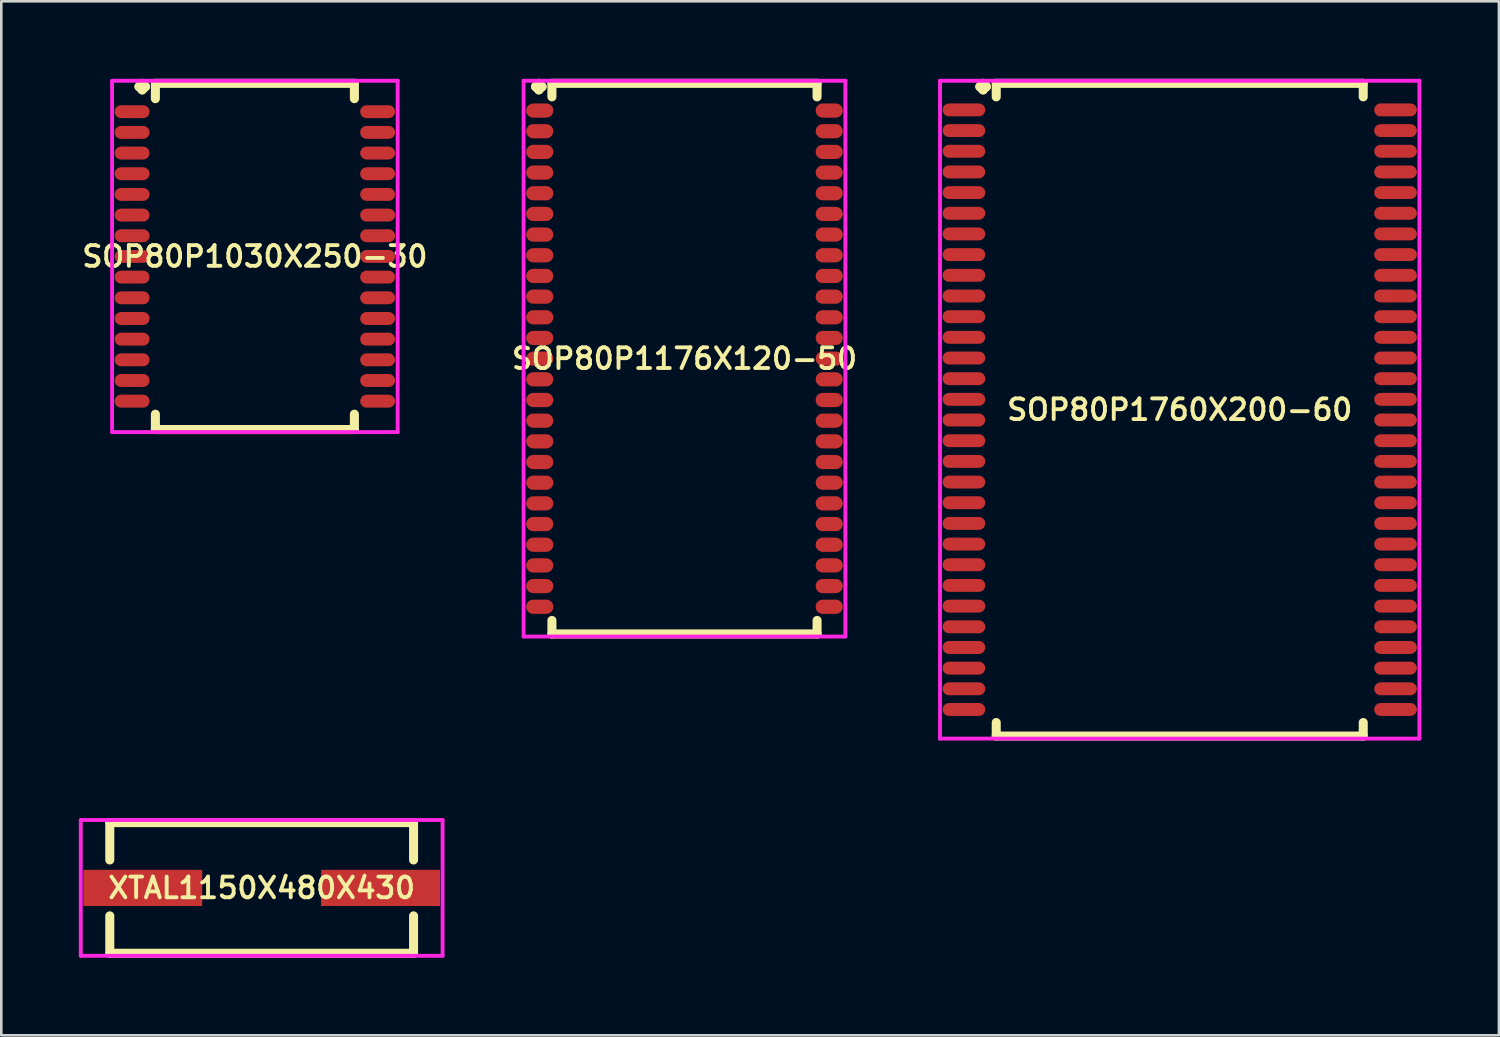
<source format=kicad_pcb>
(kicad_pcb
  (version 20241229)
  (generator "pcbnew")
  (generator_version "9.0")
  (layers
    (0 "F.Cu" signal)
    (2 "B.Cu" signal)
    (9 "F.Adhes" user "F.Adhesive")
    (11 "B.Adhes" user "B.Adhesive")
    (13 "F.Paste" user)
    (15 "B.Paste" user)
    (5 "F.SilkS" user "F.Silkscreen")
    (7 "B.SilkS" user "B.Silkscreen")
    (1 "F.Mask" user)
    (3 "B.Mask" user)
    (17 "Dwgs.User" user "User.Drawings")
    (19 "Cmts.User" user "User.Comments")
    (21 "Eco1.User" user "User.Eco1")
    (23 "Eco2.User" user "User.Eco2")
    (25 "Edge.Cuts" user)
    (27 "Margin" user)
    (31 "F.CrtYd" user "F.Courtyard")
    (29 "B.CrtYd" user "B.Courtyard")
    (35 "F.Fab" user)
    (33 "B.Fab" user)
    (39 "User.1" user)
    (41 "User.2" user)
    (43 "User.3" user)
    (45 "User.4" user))
  (footprint "SOP80P1030X250-30"
    (layer "F.Cu")
    (at 6.812 6.872)
    (property "Reference" "SOP80P1030X250-30" (at 0 0 0) (layer "F.SilkS") (effects (font (size 0.8 0.8) (thickness 0.15))))
    (attr through_hole)
    (fp_line (start -4.485 -6.57) (end -4.358 -6.697) (stroke (width 0.35) (type solid)) (layer "F.SilkS"))
    (fp_line (start -4.358 -6.697) (end -4.231 -6.57) (stroke (width 0.35) (type solid)) (layer "F.SilkS"))
    (fp_line (start -4.358 -6.443) (end -4.485 -6.57) (stroke (width 0.35) (type solid)) (layer "F.SilkS"))
    (fp_line (start -4.231 -6.57) (end -4.358 -6.443) (stroke (width 0.35) (type solid)) (layer "F.SilkS"))
    (fp_line (start -3.85 -6.697) (end 3.85 -6.697) (stroke (width 0.35) (type solid)) (layer "F.SilkS"))
    (fp_line (start -3.85 -6.104) (end -3.85 -6.697) (stroke (width 0.35) (type solid)) (layer "F.SilkS"))
    (fp_line (start -3.85 6.104) (end -3.85 6.697) (stroke (width 0.35) (type solid)) (layer "F.SilkS"))
    (fp_line (start -3.85 6.697) (end 3.85 6.697) (stroke (width 0.35) (type solid)) (layer "F.SilkS"))
    (fp_line (start 3.85 -6.697) (end 3.85 -6.104) (stroke (width 0.35) (type solid)) (layer "F.SilkS"))
    (fp_line (start 3.85 6.697) (end 3.85 6.104) (stroke (width 0.35) (type solid)) (layer "F.SilkS"))
    (fp_line (start -5.525 -6.797) (end 5.525 -6.797) (stroke (width 0.15) (type solid)) (layer "F.CrtYd"))
    (fp_line (start -5.525 6.797) (end -5.525 -6.797) (stroke (width 0.15) (type solid)) (layer "F.CrtYd"))
    (fp_line (start 5.525 -6.797) (end 5.525 6.797) (stroke (width 0.15) (type solid)) (layer "F.CrtYd"))
    (fp_line (start 5.525 6.797) (end -5.525 6.797) (stroke (width 0.15) (type solid)) (layer "F.CrtYd"))
    (pad "1" smd oval (at -4.75 -5.6) (size 1.35 0.5) (layers "F.Cu" "F.Mask" "F.Paste"))
    (pad "2" smd oval (at -4.75 -4.8) (size 1.35 0.5) (layers "F.Cu" "F.Mask" "F.Paste"))
    (pad "3" smd oval (at -4.75 -4) (size 1.35 0.5) (layers "F.Cu" "F.Mask" "F.Paste"))
    (pad "4" smd oval (at -4.75 -3.2) (size 1.35 0.5) (layers "F.Cu" "F.Mask" "F.Paste"))
    (pad "5" smd oval (at -4.75 -2.4) (size 1.35 0.5) (layers "F.Cu" "F.Mask" "F.Paste"))
    (pad "6" smd oval (at -4.75 -1.6) (size 1.35 0.5) (layers "F.Cu" "F.Mask" "F.Paste"))
    (pad "7" smd oval (at -4.75 -0.8) (size 1.35 0.5) (layers "F.Cu" "F.Mask" "F.Paste"))
    (pad "8" smd oval (at -4.75 0) (size 1.35 0.5) (layers "F.Cu" "F.Mask" "F.Paste"))
    (pad "9" smd oval (at -4.75 0.8) (size 1.35 0.5) (layers "F.Cu" "F.Mask" "F.Paste"))
    (pad "10" smd oval (at -4.75 1.6) (size 1.35 0.5) (layers "F.Cu" "F.Mask" "F.Paste"))
    (pad "11" smd oval (at -4.75 2.4) (size 1.35 0.5) (layers "F.Cu" "F.Mask" "F.Paste"))
    (pad "12" smd oval (at -4.75 3.2) (size 1.35 0.5) (layers "F.Cu" "F.Mask" "F.Paste"))
    (pad "13" smd oval (at -4.75 4) (size 1.35 0.5) (layers "F.Cu" "F.Mask" "F.Paste"))
    (pad "14" smd oval (at -4.75 4.8) (size 1.35 0.5) (layers "F.Cu" "F.Mask" "F.Paste"))
    (pad "15" smd oval (at -4.75 5.6) (size 1.35 0.5) (layers "F.Cu" "F.Mask" "F.Paste"))
    (pad "16" smd oval (at 4.75 5.6) (size 1.35 0.5) (layers "F.Cu" "F.Mask" "F.Paste"))
    (pad "17" smd oval (at 4.75 4.8) (size 1.35 0.5) (layers "F.Cu" "F.Mask" "F.Paste"))
    (pad "18" smd oval (at 4.75 4) (size 1.35 0.5) (layers "F.Cu" "F.Mask" "F.Paste"))
    (pad "19" smd oval (at 4.75 3.2) (size 1.35 0.5) (layers "F.Cu" "F.Mask" "F.Paste"))
    (pad "20" smd oval (at 4.75 2.4) (size 1.35 0.5) (layers "F.Cu" "F.Mask" "F.Paste"))
    (pad "21" smd oval (at 4.75 1.6) (size 1.35 0.5) (layers "F.Cu" "F.Mask" "F.Paste"))
    (pad "22" smd oval (at 4.75 0.8) (size 1.35 0.5) (layers "F.Cu" "F.Mask" "F.Paste"))
    (pad "23" smd oval (at 4.75 0) (size 1.35 0.5) (layers "F.Cu" "F.Mask" "F.Paste"))
    (pad "24" smd oval (at 4.75 -0.8) (size 1.35 0.5) (layers "F.Cu" "F.Mask" "F.Paste"))
    (pad "25" smd oval (at 4.75 -1.6) (size 1.35 0.5) (layers "F.Cu" "F.Mask" "F.Paste"))
    (pad "26" smd oval (at 4.75 -2.4) (size 1.35 0.5) (layers "F.Cu" "F.Mask" "F.Paste"))
    (pad "27" smd oval (at 4.75 -3.2) (size 1.35 0.5) (layers "F.Cu" "F.Mask" "F.Paste"))
    (pad "28" smd oval (at 4.75 -4) (size 1.35 0.5) (layers "F.Cu" "F.Mask" "F.Paste"))
    (pad "29" smd oval (at 4.75 -4.8) (size 1.35 0.5) (layers "F.Cu" "F.Mask" "F.Paste"))
    (pad "30" smd oval (at 4.75 -5.6) (size 1.35 0.5) (layers "F.Cu" "F.Mask" "F.Paste")))
  (footprint "SOP80P1760X200-60"
    (layer "F.Cu")
    (at 42.597 12.802)
    (property "Reference" "SOP80P1760X200-60" (at 0 0 0) (layer "F.SilkS") (effects (font (size 0.8 0.8) (thickness 0.15))))
    (attr through_hole)
    (fp_line (start -7.735 -12.5) (end -7.608 -12.627) (stroke (width 0.35) (type solid)) (layer "F.SilkS"))
    (fp_line (start -7.608 -12.627) (end -7.481 -12.5) (stroke (width 0.35) (type solid)) (layer "F.SilkS"))
    (fp_line (start -7.608 -12.373) (end -7.735 -12.5) (stroke (width 0.35) (type solid)) (layer "F.SilkS"))
    (fp_line (start -7.481 -12.5) (end -7.608 -12.373) (stroke (width 0.35) (type solid)) (layer "F.SilkS"))
    (fp_line (start -7.1 -12.627) (end 7.1 -12.627) (stroke (width 0.35) (type solid)) (layer "F.SilkS"))
    (fp_line (start -7.1 -12.104) (end -7.1 -12.627) (stroke (width 0.35) (type solid)) (layer "F.SilkS"))
    (fp_line (start -7.1 12.104) (end -7.1 12.627) (stroke (width 0.35) (type solid)) (layer "F.SilkS"))
    (fp_line (start -7.1 12.627) (end 7.1 12.627) (stroke (width 0.35) (type solid)) (layer "F.SilkS"))
    (fp_line (start 7.1 -12.627) (end 7.1 -12.104) (stroke (width 0.35) (type solid)) (layer "F.SilkS"))
    (fp_line (start 7.1 12.627) (end 7.1 12.104) (stroke (width 0.35) (type solid)) (layer "F.SilkS"))
    (fp_line (start -9.275 -12.727) (end 9.275 -12.727) (stroke (width 0.15) (type solid)) (layer "F.CrtYd"))
    (fp_line (start -9.275 12.727) (end -9.275 -12.727) (stroke (width 0.15) (type solid)) (layer "F.CrtYd"))
    (fp_line (start 9.275 -12.727) (end 9.275 12.727) (stroke (width 0.15) (type solid)) (layer "F.CrtYd"))
    (fp_line (start 9.275 12.727) (end -9.275 12.727) (stroke (width 0.15) (type solid)) (layer "F.CrtYd"))
    (pad "1" smd oval (at -8.35 -11.6) (size 1.65 0.5) (layers "F.Cu" "F.Mask" "F.Paste"))
    (pad "2" smd oval (at -8.35 -10.8) (size 1.65 0.5) (layers "F.Cu" "F.Mask" "F.Paste"))
    (pad "3" smd oval (at -8.35 -10) (size 1.65 0.5) (layers "F.Cu" "F.Mask" "F.Paste"))
    (pad "4" smd oval (at -8.35 -9.2) (size 1.65 0.5) (layers "F.Cu" "F.Mask" "F.Paste"))
    (pad "5" smd oval (at -8.35 -8.4) (size 1.65 0.5) (layers "F.Cu" "F.Mask" "F.Paste"))
    (pad "6" smd oval (at -8.35 -7.6) (size 1.65 0.5) (layers "F.Cu" "F.Mask" "F.Paste"))
    (pad "7" smd oval (at -8.35 -6.8) (size 1.65 0.5) (layers "F.Cu" "F.Mask" "F.Paste"))
    (pad "8" smd oval (at -8.35 -6) (size 1.65 0.5) (layers "F.Cu" "F.Mask" "F.Paste"))
    (pad "9" smd oval (at -8.35 -5.2) (size 1.65 0.5) (layers "F.Cu" "F.Mask" "F.Paste"))
    (pad "10" smd oval (at -8.35 -4.4) (size 1.65 0.5) (layers "F.Cu" "F.Mask" "F.Paste"))
    (pad "11" smd oval (at -8.35 -3.6) (size 1.65 0.5) (layers "F.Cu" "F.Mask" "F.Paste"))
    (pad "12" smd oval (at -8.35 -2.8) (size 1.65 0.5) (layers "F.Cu" "F.Mask" "F.Paste"))
    (pad "13" smd oval (at -8.35 -2) (size 1.65 0.5) (layers "F.Cu" "F.Mask" "F.Paste"))
    (pad "14" smd oval (at -8.35 -1.2) (size 1.65 0.5) (layers "F.Cu" "F.Mask" "F.Paste"))
    (pad "15" smd oval (at -8.35 -0.4) (size 1.65 0.5) (layers "F.Cu" "F.Mask" "F.Paste"))
    (pad "16" smd oval (at -8.35 0.4) (size 1.65 0.5) (layers "F.Cu" "F.Mask" "F.Paste"))
    (pad "17" smd oval (at -8.35 1.2) (size 1.65 0.5) (layers "F.Cu" "F.Mask" "F.Paste"))
    (pad "18" smd oval (at -8.35 2) (size 1.65 0.5) (layers "F.Cu" "F.Mask" "F.Paste"))
    (pad "19" smd oval (at -8.35 2.8) (size 1.65 0.5) (layers "F.Cu" "F.Mask" "F.Paste"))
    (pad "20" smd oval (at -8.35 3.6) (size 1.65 0.5) (layers "F.Cu" "F.Mask" "F.Paste"))
    (pad "21" smd oval (at -8.35 4.4) (size 1.65 0.5) (layers "F.Cu" "F.Mask" "F.Paste"))
    (pad "22" smd oval (at -8.35 5.2) (size 1.65 0.5) (layers "F.Cu" "F.Mask" "F.Paste"))
    (pad "23" smd oval (at -8.35 6) (size 1.65 0.5) (layers "F.Cu" "F.Mask" "F.Paste"))
    (pad "24" smd oval (at -8.35 6.8) (size 1.65 0.5) (layers "F.Cu" "F.Mask" "F.Paste"))
    (pad "25" smd oval (at -8.35 7.6) (size 1.65 0.5) (layers "F.Cu" "F.Mask" "F.Paste"))
    (pad "26" smd oval (at -8.35 8.4) (size 1.65 0.5) (layers "F.Cu" "F.Mask" "F.Paste"))
    (pad "27" smd oval (at -8.35 9.2) (size 1.65 0.5) (layers "F.Cu" "F.Mask" "F.Paste"))
    (pad "28" smd oval (at -8.35 10) (size 1.65 0.5) (layers "F.Cu" "F.Mask" "F.Paste"))
    (pad "29" smd oval (at -8.35 10.8) (size 1.65 0.5) (layers "F.Cu" "F.Mask" "F.Paste"))
    (pad "30" smd oval (at -8.35 11.6) (size 1.65 0.5) (layers "F.Cu" "F.Mask" "F.Paste"))
    (pad "31" smd oval (at 8.35 11.6) (size 1.65 0.5) (layers "F.Cu" "F.Mask" "F.Paste"))
    (pad "32" smd oval (at 8.35 10.8) (size 1.65 0.5) (layers "F.Cu" "F.Mask" "F.Paste"))
    (pad "33" smd oval (at 8.35 10) (size 1.65 0.5) (layers "F.Cu" "F.Mask" "F.Paste"))
    (pad "34" smd oval (at 8.35 9.2) (size 1.65 0.5) (layers "F.Cu" "F.Mask" "F.Paste"))
    (pad "35" smd oval (at 8.35 8.4) (size 1.65 0.5) (layers "F.Cu" "F.Mask" "F.Paste"))
    (pad "36" smd oval (at 8.35 7.6) (size 1.65 0.5) (layers "F.Cu" "F.Mask" "F.Paste"))
    (pad "37" smd oval (at 8.35 6.8) (size 1.65 0.5) (layers "F.Cu" "F.Mask" "F.Paste"))
    (pad "38" smd oval (at 8.35 6) (size 1.65 0.5) (layers "F.Cu" "F.Mask" "F.Paste"))
    (pad "39" smd oval (at 8.35 5.2) (size 1.65 0.5) (layers "F.Cu" "F.Mask" "F.Paste"))
    (pad "40" smd oval (at 8.35 4.4) (size 1.65 0.5) (layers "F.Cu" "F.Mask" "F.Paste"))
    (pad "41" smd oval (at 8.35 3.6) (size 1.65 0.5) (layers "F.Cu" "F.Mask" "F.Paste"))
    (pad "42" smd oval (at 8.35 2.8) (size 1.65 0.5) (layers "F.Cu" "F.Mask" "F.Paste"))
    (pad "43" smd oval (at 8.35 2) (size 1.65 0.5) (layers "F.Cu" "F.Mask" "F.Paste"))
    (pad "44" smd oval (at 8.35 1.2) (size 1.65 0.5) (layers "F.Cu" "F.Mask" "F.Paste"))
    (pad "45" smd oval (at 8.35 0.4) (size 1.65 0.5) (layers "F.Cu" "F.Mask" "F.Paste"))
    (pad "46" smd oval (at 8.35 -0.4) (size 1.65 0.5) (layers "F.Cu" "F.Mask" "F.Paste"))
    (pad "47" smd oval (at 8.35 -1.2) (size 1.65 0.5) (layers "F.Cu" "F.Mask" "F.Paste"))
    (pad "48" smd oval (at 8.35 -2) (size 1.65 0.5) (layers "F.Cu" "F.Mask" "F.Paste"))
    (pad "49" smd oval (at 8.35 -2.8) (size 1.65 0.5) (layers "F.Cu" "F.Mask" "F.Paste"))
    (pad "50" smd oval (at 8.35 -3.6) (size 1.65 0.5) (layers "F.Cu" "F.Mask" "F.Paste"))
    (pad "51" smd oval (at 8.35 -4.4) (size 1.65 0.5) (layers "F.Cu" "F.Mask" "F.Paste"))
    (pad "52" smd oval (at 8.35 -5.2) (size 1.65 0.5) (layers "F.Cu" "F.Mask" "F.Paste"))
    (pad "53" smd oval (at 8.35 -6) (size 1.65 0.5) (layers "F.Cu" "F.Mask" "F.Paste"))
    (pad "54" smd oval (at 8.35 -6.8) (size 1.65 0.5) (layers "F.Cu" "F.Mask" "F.Paste"))
    (pad "55" smd oval (at 8.35 -7.6) (size 1.65 0.5) (layers "F.Cu" "F.Mask" "F.Paste"))
    (pad "56" smd oval (at 8.35 -8.4) (size 1.65 0.5) (layers "F.Cu" "F.Mask" "F.Paste"))
    (pad "57" smd oval (at 8.35 -9.2) (size 1.65 0.5) (layers "F.Cu" "F.Mask" "F.Paste"))
    (pad "58" smd oval (at 8.35 -10) (size 1.65 0.5) (layers "F.Cu" "F.Mask" "F.Paste"))
    (pad "59" smd oval (at 8.35 -10.8) (size 1.65 0.5) (layers "F.Cu" "F.Mask" "F.Paste"))
    (pad "60" smd oval (at 8.35 -11.6) (size 1.65 0.5) (layers "F.Cu" "F.Mask" "F.Paste")))
  (footprint "XTAL1150X480X430"
    (layer "F.Cu")
    (at 7.075 31.306)
    (property "Reference" "XTAL1150X480X430" (at 0 0 0) (layer "F.SilkS") (effects (font (size 0.8 0.8) (thickness 0.15))))
    (attr smd)
    (fp_line (start -5.877 -2.527) (end 5.877 -2.527) (stroke (width 0.35) (type solid)) (layer "F.SilkS"))
    (fp_line (start -5.877 -1.081) (end -5.877 -2.527) (stroke (width 0.35) (type solid)) (layer "F.SilkS"))
    (fp_line (start -5.877 1.081) (end -5.877 2.527) (stroke (width 0.35) (type solid)) (layer "F.SilkS"))
    (fp_line (start -5.877 2.527) (end 5.877 2.527) (stroke (width 0.35) (type solid)) (layer "F.SilkS"))
    (fp_line (start 5.877 -2.527) (end 5.877 -1.081) (stroke (width 0.35) (type solid)) (layer "F.SilkS"))
    (fp_line (start 5.877 2.527) (end 5.877 1.081) (stroke (width 0.35) (type solid)) (layer "F.SilkS"))
    (fp_line (start -7 -2.627) (end 7 -2.627) (stroke (width 0.15) (type solid)) (layer "F.CrtYd"))
    (fp_line (start -7 2.627) (end -7 -2.627) (stroke (width 0.15) (type solid)) (layer "F.CrtYd"))
    (fp_line (start 7 -2.627) (end 7 2.627) (stroke (width 0.15) (type solid)) (layer "F.CrtYd"))
    (fp_line (start 7 2.627) (end -7 2.627) (stroke (width 0.15) (type solid)) (layer "F.CrtYd"))
    (pad "1" smd rect (at -4.6 0) (size 4.6 1.4) (layers "F.Cu" "F.Mask" "F.Paste"))
    (pad "2" smd rect (at 4.6 0) (size 4.6 1.4) (layers "F.Cu" "F.Mask" "F.Paste")))
  (footprint "SOP80P1176X120-50"
    (layer "F.Cu")
    (at 23.435 10.827)
    (property "Reference" "SOP80P1176X120-50" (at 0 0 0) (layer "F.SilkS") (effects (font (size 0.8 0.8) (thickness 0.15))))
    (attr smd)
    (fp_line (start -5.765 -10.525) (end -5.638 -10.652) (stroke (width 0.35) (type solid)) (layer "F.SilkS"))
    (fp_line (start -5.638 -10.652) (end -5.511 -10.525) (stroke (width 0.35) (type solid)) (layer "F.SilkS"))
    (fp_line (start -5.638 -10.398) (end -5.765 -10.525) (stroke (width 0.35) (type solid)) (layer "F.SilkS"))
    (fp_line (start -5.511 -10.525) (end -5.638 -10.398) (stroke (width 0.35) (type solid)) (layer "F.SilkS"))
    (fp_line (start -5.13 -10.652) (end 5.13 -10.652) (stroke (width 0.35) (type solid)) (layer "F.SilkS"))
    (fp_line (start -5.13 -10.129) (end -5.13 -10.652) (stroke (width 0.35) (type solid)) (layer "F.SilkS"))
    (fp_line (start -5.13 10.129) (end -5.13 10.652) (stroke (width 0.35) (type solid)) (layer "F.SilkS"))
    (fp_line (start -5.13 10.652) (end 5.13 10.652) (stroke (width 0.35) (type solid)) (layer "F.SilkS"))
    (fp_line (start 5.13 -10.652) (end 5.13 -10.129) (stroke (width 0.35) (type solid)) (layer "F.SilkS"))
    (fp_line (start 5.13 10.652) (end 5.13 10.129) (stroke (width 0.35) (type solid)) (layer "F.SilkS"))
    (fp_line (start -6.225 -10.752) (end 6.225 -10.752) (stroke (width 0.15) (type solid)) (layer "F.CrtYd"))
    (fp_line (start -6.225 10.752) (end -6.225 -10.752) (stroke (width 0.15) (type solid)) (layer "F.CrtYd"))
    (fp_line (start 6.225 -10.752) (end 6.225 10.752) (stroke (width 0.15) (type solid)) (layer "F.CrtYd"))
    (fp_line (start 6.225 10.752) (end -6.225 10.752) (stroke (width 0.15) (type solid)) (layer "F.CrtYd"))
    (pad "1" smd oval (at -5.6 -9.6) (size 1.05 0.55) (layers "F.Cu" "F.Mask" "F.Paste"))
    (pad "2" smd oval (at -5.6 -8.8) (size 1.05 0.55) (layers "F.Cu" "F.Mask" "F.Paste"))
    (pad "3" smd oval (at -5.6 -8) (size 1.05 0.55) (layers "F.Cu" "F.Mask" "F.Paste"))
    (pad "4" smd oval (at -5.6 -7.2) (size 1.05 0.55) (layers "F.Cu" "F.Mask" "F.Paste"))
    (pad "5" smd oval (at -5.6 -6.4) (size 1.05 0.55) (layers "F.Cu" "F.Mask" "F.Paste"))
    (pad "6" smd oval (at -5.6 -5.6) (size 1.05 0.55) (layers "F.Cu" "F.Mask" "F.Paste"))
    (pad "7" smd oval (at -5.6 -4.8) (size 1.05 0.55) (layers "F.Cu" "F.Mask" "F.Paste"))
    (pad "8" smd oval (at -5.6 -4) (size 1.05 0.55) (layers "F.Cu" "F.Mask" "F.Paste"))
    (pad "9" smd oval (at -5.6 -3.2) (size 1.05 0.55) (layers "F.Cu" "F.Mask" "F.Paste"))
    (pad "10" smd oval (at -5.6 -2.4) (size 1.05 0.55) (layers "F.Cu" "F.Mask" "F.Paste"))
    (pad "11" smd oval (at -5.6 -1.6) (size 1.05 0.55) (layers "F.Cu" "F.Mask" "F.Paste"))
    (pad "12" smd oval (at -5.6 -0.8) (size 1.05 0.55) (layers "F.Cu" "F.Mask" "F.Paste"))
    (pad "13" smd oval (at -5.6 0) (size 1.05 0.55) (layers "F.Cu" "F.Mask" "F.Paste"))
    (pad "14" smd oval (at -5.6 0.8) (size 1.05 0.55) (layers "F.Cu" "F.Mask" "F.Paste"))
    (pad "15" smd oval (at -5.6 1.6) (size 1.05 0.55) (layers "F.Cu" "F.Mask" "F.Paste"))
    (pad "16" smd oval (at -5.6 2.4) (size 1.05 0.55) (layers "F.Cu" "F.Mask" "F.Paste"))
    (pad "17" smd oval (at -5.6 3.2) (size 1.05 0.55) (layers "F.Cu" "F.Mask" "F.Paste"))
    (pad "18" smd oval (at -5.6 4) (size 1.05 0.55) (layers "F.Cu" "F.Mask" "F.Paste"))
    (pad "19" smd oval (at -5.6 4.8) (size 1.05 0.55) (layers "F.Cu" "F.Mask" "F.Paste"))
    (pad "20" smd oval (at -5.6 5.6) (size 1.05 0.55) (layers "F.Cu" "F.Mask" "F.Paste"))
    (pad "21" smd oval (at -5.6 6.4) (size 1.05 0.55) (layers "F.Cu" "F.Mask" "F.Paste"))
    (pad "22" smd oval (at -5.6 7.2) (size 1.05 0.55) (layers "F.Cu" "F.Mask" "F.Paste"))
    (pad "23" smd oval (at -5.6 8) (size 1.05 0.55) (layers "F.Cu" "F.Mask" "F.Paste"))
    (pad "24" smd oval (at -5.6 8.8) (size 1.05 0.55) (layers "F.Cu" "F.Mask" "F.Paste"))
    (pad "25" smd oval (at -5.6 9.6) (size 1.05 0.55) (layers "F.Cu" "F.Mask" "F.Paste"))
    (pad "26" smd oval (at 5.6 9.6) (size 1.05 0.55) (layers "F.Cu" "F.Mask" "F.Paste"))
    (pad "27" smd oval (at 5.6 8.8) (size 1.05 0.55) (layers "F.Cu" "F.Mask" "F.Paste"))
    (pad "28" smd oval (at 5.6 8) (size 1.05 0.55) (layers "F.Cu" "F.Mask" "F.Paste"))
    (pad "29" smd oval (at 5.6 7.2) (size 1.05 0.55) (layers "F.Cu" "F.Mask" "F.Paste"))
    (pad "30" smd oval (at 5.6 6.4) (size 1.05 0.55) (layers "F.Cu" "F.Mask" "F.Paste"))
    (pad "31" smd oval (at 5.6 5.6) (size 1.05 0.55) (layers "F.Cu" "F.Mask" "F.Paste"))
    (pad "32" smd oval (at 5.6 4.8) (size 1.05 0.55) (layers "F.Cu" "F.Mask" "F.Paste"))
    (pad "33" smd oval (at 5.6 4) (size 1.05 0.55) (layers "F.Cu" "F.Mask" "F.Paste"))
    (pad "34" smd oval (at 5.6 3.2) (size 1.05 0.55) (layers "F.Cu" "F.Mask" "F.Paste"))
    (pad "35" smd oval (at 5.6 2.4) (size 1.05 0.55) (layers "F.Cu" "F.Mask" "F.Paste"))
    (pad "36" smd oval (at 5.6 1.6) (size 1.05 0.55) (layers "F.Cu" "F.Mask" "F.Paste"))
    (pad "37" smd oval (at 5.6 0.8) (size 1.05 0.55) (layers "F.Cu" "F.Mask" "F.Paste"))
    (pad "38" smd oval (at 5.6 0) (size 1.05 0.55) (layers "F.Cu" "F.Mask" "F.Paste"))
    (pad "39" smd oval (at 5.6 -0.8) (size 1.05 0.55) (layers "F.Cu" "F.Mask" "F.Paste"))
    (pad "40" smd oval (at 5.6 -1.6) (size 1.05 0.55) (layers "F.Cu" "F.Mask" "F.Paste"))
    (pad "41" smd oval (at 5.6 -2.4) (size 1.05 0.55) (layers "F.Cu" "F.Mask" "F.Paste"))
    (pad "42" smd oval (at 5.6 -3.2) (size 1.05 0.55) (layers "F.Cu" "F.Mask" "F.Paste"))
    (pad "43" smd oval (at 5.6 -4) (size 1.05 0.55) (layers "F.Cu" "F.Mask" "F.Paste"))
    (pad "44" smd oval (at 5.6 -4.8) (size 1.05 0.55) (layers "F.Cu" "F.Mask" "F.Paste"))
    (pad "45" smd oval (at 5.6 -5.6) (size 1.05 0.55) (layers "F.Cu" "F.Mask" "F.Paste"))
    (pad "46" smd oval (at 5.6 -6.4) (size 1.05 0.55) (layers "F.Cu" "F.Mask" "F.Paste"))
    (pad "47" smd oval (at 5.6 -7.2) (size 1.05 0.55) (layers "F.Cu" "F.Mask" "F.Paste"))
    (pad "48" smd oval (at 5.6 -8) (size 1.05 0.55) (layers "F.Cu" "F.Mask" "F.Paste"))
    (pad "49" smd oval (at 5.6 -8.8) (size 1.05 0.55) (layers "F.Cu" "F.Mask" "F.Paste"))
    (pad "50" smd oval (at 5.6 -9.6) (size 1.05 0.55) (layers "F.Cu" "F.Mask" "F.Paste")))
  (gr_rect
    (start -3 -3)
    (end 54.947 37.008)
    (stroke (width 0.1) (type default))
    (fill no)
    (layer "Edge.Cuts")))
</source>
